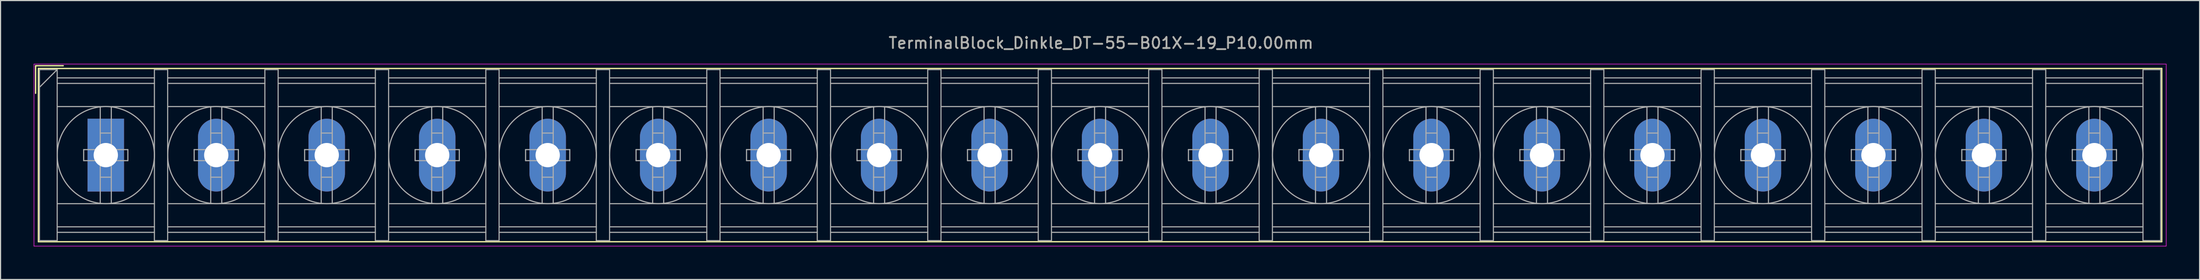
<source format=kicad_pcb>
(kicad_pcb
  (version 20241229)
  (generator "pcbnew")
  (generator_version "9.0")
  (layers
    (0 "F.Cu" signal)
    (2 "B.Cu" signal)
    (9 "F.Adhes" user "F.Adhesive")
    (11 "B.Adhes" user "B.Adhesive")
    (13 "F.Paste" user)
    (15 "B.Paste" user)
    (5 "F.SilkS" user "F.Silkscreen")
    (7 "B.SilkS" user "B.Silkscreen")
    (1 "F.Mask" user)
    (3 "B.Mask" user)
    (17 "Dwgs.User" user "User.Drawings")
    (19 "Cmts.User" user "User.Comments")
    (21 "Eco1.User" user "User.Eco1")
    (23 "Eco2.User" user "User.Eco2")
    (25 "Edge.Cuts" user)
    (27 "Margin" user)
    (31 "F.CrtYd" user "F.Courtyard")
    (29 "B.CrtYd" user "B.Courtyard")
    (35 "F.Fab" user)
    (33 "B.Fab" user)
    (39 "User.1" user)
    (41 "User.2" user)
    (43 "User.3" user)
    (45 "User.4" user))
  (footprint "TerminalBlock_Dinkle_DT-55-B01X-19_P10.00mm"
    (layer "F.Cu")
    (at 6.525 11.008)
    (property "Reference" "TerminalBlock_Dinkle_DT-55-B01X-19_P10.00mm" (at 90.08 -10.16 0) (layer "F.SilkS") (effects (font (size 1 1) (thickness 0.15))))
    (attr through_hole)
    (fp_line (start -6.35 -8.1) (end -3.85 -8.1) (stroke (width 0.12) (type solid)) (layer "F.SilkS"))
    (fp_line (start -6.35 -5.6) (end -6.35 -8.1) (stroke (width 0.12) (type solid)) (layer "F.SilkS"))
    (fp_line (start -6.1 -7.85) (end 186.1 -7.85) (stroke (width 0.12) (type solid)) (layer "F.SilkS"))
    (fp_line (start -6.1 7.85) (end -6.1 -7.85) (stroke (width 0.12) (type solid)) (layer "F.SilkS"))
    (fp_line (start -6.1 7.85) (end 186.1 7.85) (stroke (width 0.12) (type solid)) (layer "F.SilkS"))
    (fp_line (start 186.1 -7.85) (end 186.1 7.85) (stroke (width 0.12) (type solid)) (layer "F.SilkS"))
    (fp_line (start -6.5 -8.25) (end 186.5 -8.25) (stroke (width 0.05) (type solid)) (layer "F.CrtYd"))
    (fp_line (start -6.5 8.25) (end -6.5 -8.25) (stroke (width 0.05) (type solid)) (layer "F.CrtYd"))
    (fp_line (start -6.5 8.25) (end 186.5 8.25) (stroke (width 0.05) (type solid)) (layer "F.CrtYd"))
    (fp_line (start 186.5 -8.25) (end 186.5 8.25) (stroke (width 0.05) (type solid)) (layer "F.CrtYd"))
    (fp_line (start -6 -7.75) (end -6 7.75) (stroke (width 0.1) (type solid)) (layer "F.Fab"))
    (fp_line (start -6 -7.75) (end -4.4 -7.75) (stroke (width 0.1) (type solid)) (layer "F.Fab"))
    (fp_line (start -6 7.75) (end -4.4 7.75) (stroke (width 0.1) (type solid)) (layer "F.Fab"))
    (fp_line (start -4.4 -7.75) (end -6 -6.15) (stroke (width 0.1) (type solid)) (layer "F.Fab"))
    (fp_line (start -4.4 -7.75) (end -4.4 7.75) (stroke (width 0.1) (type solid)) (layer "F.Fab"))
    (fp_line (start -4.4 -7) (end 4.4 -7) (stroke (width 0.1) (type solid)) (layer "F.Fab"))
    (fp_line (start -4.4 -6.5) (end 4.4 -6.5) (stroke (width 0.1) (type solid)) (layer "F.Fab"))
    (fp_line (start -4.4 -4.4) (end 4.4 -4.4) (stroke (width 0.1) (type solid)) (layer "F.Fab"))
    (fp_line (start -4.4 4.4) (end 4.4 4.4) (stroke (width 0.1) (type solid)) (layer "F.Fab"))
    (fp_line (start -4.4 6.5) (end 4.4 6.5) (stroke (width 0.1) (type solid)) (layer "F.Fab"))
    (fp_line (start -4.4 7) (end 4.4 7) (stroke (width 0.1) (type solid)) (layer "F.Fab"))
    (fp_line (start -2 -0.5) (end -2 0.5) (stroke (width 0.1) (type solid)) (layer "F.Fab"))
    (fp_line (start -2 0.5) (end -0.5 0.5) (stroke (width 0.1) (type solid)) (layer "F.Fab"))
    (fp_line (start -0.5 -4.35) (end -0.5 -0.5) (stroke (width 0.1) (type solid)) (layer "F.Fab"))
    (fp_line (start -0.5 -2) (end 0.5 -2) (stroke (width 0.1) (type solid)) (layer "F.Fab"))
    (fp_line (start -0.5 -0.5) (end -2 -0.5) (stroke (width 0.1) (type solid)) (layer "F.Fab"))
    (fp_line (start -0.5 0.5) (end -0.5 4.35) (stroke (width 0.1) (type solid)) (layer "F.Fab"))
    (fp_line (start -0.5 2) (end 0.5 2) (stroke (width 0.1) (type solid)) (layer "F.Fab"))
    (fp_line (start 0.5 -4.35) (end 0.5 -0.5) (stroke (width 0.1) (type solid)) (layer "F.Fab"))
    (fp_line (start 0.5 -0.5) (end 2 -0.5) (stroke (width 0.1) (type solid)) (layer "F.Fab"))
    (fp_line (start 0.5 0.5) (end 0.5 4.35) (stroke (width 0.1) (type solid)) (layer "F.Fab"))
    (fp_line (start 2 -0.5) (end 2 0.5) (stroke (width 0.1) (type solid)) (layer "F.Fab"))
    (fp_line (start 2 0.5) (end 0.5 0.5) (stroke (width 0.1) (type solid)) (layer "F.Fab"))
    (fp_line (start 4.4 -7.75) (end 4.4 7.75) (stroke (width 0.1) (type solid)) (layer "F.Fab"))
    (fp_line (start 4.4 -7.75) (end 5.6 -7.75) (stroke (width 0.1) (type solid)) (layer "F.Fab"))
    (fp_line (start 4.4 7.75) (end 5.6 7.75) (stroke (width 0.1) (type solid)) (layer "F.Fab"))
    (fp_line (start 5.6 -7.75) (end 5.6 7.75) (stroke (width 0.1) (type solid)) (layer "F.Fab"))
    (fp_line (start 5.6 -7) (end 14.4 -7) (stroke (width 0.1) (type solid)) (layer "F.Fab"))
    (fp_line (start 5.6 -6.5) (end 14.4 -6.5) (stroke (width 0.1) (type solid)) (layer "F.Fab"))
    (fp_line (start 5.6 -4.4) (end 14.4 -4.4) (stroke (width 0.1) (type solid)) (layer "F.Fab"))
    (fp_line (start 5.6 4.4) (end 14.4 4.4) (stroke (width 0.1) (type solid)) (layer "F.Fab"))
    (fp_line (start 5.6 6.5) (end 14.4 6.5) (stroke (width 0.1) (type solid)) (layer "F.Fab"))
    (fp_line (start 5.6 7) (end 14.4 7) (stroke (width 0.1) (type solid)) (layer "F.Fab"))
    (fp_line (start 8 -0.5) (end 8 0.5) (stroke (width 0.1) (type solid)) (layer "F.Fab"))
    (fp_line (start 8 0.5) (end 9.5 0.5) (stroke (width 0.1) (type solid)) (layer "F.Fab"))
    (fp_line (start 9.5 -4.35) (end 9.5 -0.5) (stroke (width 0.1) (type solid)) (layer "F.Fab"))
    (fp_line (start 9.5 -2) (end 10.5 -2) (stroke (width 0.1) (type solid)) (layer "F.Fab"))
    (fp_line (start 9.5 -0.5) (end 8 -0.5) (stroke (width 0.1) (type solid)) (layer "F.Fab"))
    (fp_line (start 9.5 0.5) (end 9.5 4.35) (stroke (width 0.1) (type solid)) (layer "F.Fab"))
    (fp_line (start 9.5 2) (end 10.5 2) (stroke (width 0.1) (type solid)) (layer "F.Fab"))
    (fp_line (start 10.5 -4.35) (end 10.5 -0.5) (stroke (width 0.1) (type solid)) (layer "F.Fab"))
    (fp_line (start 10.5 -0.5) (end 12 -0.5) (stroke (width 0.1) (type solid)) (layer "F.Fab"))
    (fp_line (start 10.5 0.5) (end 10.5 4.35) (stroke (width 0.1) (type solid)) (layer "F.Fab"))
    (fp_line (start 12 -0.5) (end 12 0.5) (stroke (width 0.1) (type solid)) (layer "F.Fab"))
    (fp_line (start 12 0.5) (end 10.5 0.5) (stroke (width 0.1) (type solid)) (layer "F.Fab"))
    (fp_line (start 14.4 -7.75) (end 14.4 7.75) (stroke (width 0.1) (type solid)) (layer "F.Fab"))
    (fp_line (start 14.4 -7.75) (end 15.6 -7.75) (stroke (width 0.1) (type solid)) (layer "F.Fab"))
    (fp_line (start 14.4 7.75) (end 15.6 7.75) (stroke (width 0.1) (type solid)) (layer "F.Fab"))
    (fp_line (start 15.6 -7.75) (end 15.6 7.75) (stroke (width 0.1) (type solid)) (layer "F.Fab"))
    (fp_line (start 15.6 -7) (end 24.4 -7) (stroke (width 0.1) (type solid)) (layer "F.Fab"))
    (fp_line (start 15.6 -6.5) (end 24.4 -6.5) (stroke (width 0.1) (type solid)) (layer "F.Fab"))
    (fp_line (start 15.6 -4.4) (end 24.4 -4.4) (stroke (width 0.1) (type solid)) (layer "F.Fab"))
    (fp_line (start 15.6 4.4) (end 24.4 4.4) (stroke (width 0.1) (type solid)) (layer "F.Fab"))
    (fp_line (start 15.6 6.5) (end 24.4 6.5) (stroke (width 0.1) (type solid)) (layer "F.Fab"))
    (fp_line (start 15.6 7) (end 24.4 7) (stroke (width 0.1) (type solid)) (layer "F.Fab"))
    (fp_line (start 18 -0.5) (end 18 0.5) (stroke (width 0.1) (type solid)) (layer "F.Fab"))
    (fp_line (start 18 0.5) (end 19.5 0.5) (stroke (width 0.1) (type solid)) (layer "F.Fab"))
    (fp_line (start 19.5 -4.35) (end 19.5 -0.5) (stroke (width 0.1) (type solid)) (layer "F.Fab"))
    (fp_line (start 19.5 -2) (end 20.5 -2) (stroke (width 0.1) (type solid)) (layer "F.Fab"))
    (fp_line (start 19.5 -0.5) (end 18 -0.5) (stroke (width 0.1) (type solid)) (layer "F.Fab"))
    (fp_line (start 19.5 0.5) (end 19.5 4.35) (stroke (width 0.1) (type solid)) (layer "F.Fab"))
    (fp_line (start 19.5 2) (end 20.5 2) (stroke (width 0.1) (type solid)) (layer "F.Fab"))
    (fp_line (start 20.5 -4.35) (end 20.5 -0.5) (stroke (width 0.1) (type solid)) (layer "F.Fab"))
    (fp_line (start 20.5 -0.5) (end 22 -0.5) (stroke (width 0.1) (type solid)) (layer "F.Fab"))
    (fp_line (start 20.5 0.5) (end 20.5 4.35) (stroke (width 0.1) (type solid)) (layer "F.Fab"))
    (fp_line (start 22 -0.5) (end 22 0.5) (stroke (width 0.1) (type solid)) (layer "F.Fab"))
    (fp_line (start 22 0.5) (end 20.5 0.5) (stroke (width 0.1) (type solid)) (layer "F.Fab"))
    (fp_line (start 24.4 -7.75) (end 24.4 7.75) (stroke (width 0.1) (type solid)) (layer "F.Fab"))
    (fp_line (start 24.4 -7.75) (end 25.6 -7.75) (stroke (width 0.1) (type solid)) (layer "F.Fab"))
    (fp_line (start 24.4 7.75) (end 25.6 7.75) (stroke (width 0.1) (type solid)) (layer "F.Fab"))
    (fp_line (start 25.6 -7.75) (end 25.6 7.75) (stroke (width 0.1) (type solid)) (layer "F.Fab"))
    (fp_line (start 25.6 -7) (end 34.4 -7) (stroke (width 0.1) (type solid)) (layer "F.Fab"))
    (fp_line (start 25.6 -6.5) (end 34.4 -6.5) (stroke (width 0.1) (type solid)) (layer "F.Fab"))
    (fp_line (start 25.6 -4.4) (end 34.4 -4.4) (stroke (width 0.1) (type solid)) (layer "F.Fab"))
    (fp_line (start 25.6 4.4) (end 34.4 4.4) (stroke (width 0.1) (type solid)) (layer "F.Fab"))
    (fp_line (start 25.6 6.5) (end 34.4 6.5) (stroke (width 0.1) (type solid)) (layer "F.Fab"))
    (fp_line (start 25.6 7) (end 34.4 7) (stroke (width 0.1) (type solid)) (layer "F.Fab"))
    (fp_line (start 28 -0.5) (end 28 0.5) (stroke (width 0.1) (type solid)) (layer "F.Fab"))
    (fp_line (start 28 0.5) (end 29.5 0.5) (stroke (width 0.1) (type solid)) (layer "F.Fab"))
    (fp_line (start 29.5 -4.35) (end 29.5 -0.5) (stroke (width 0.1) (type solid)) (layer "F.Fab"))
    (fp_line (start 29.5 -2) (end 30.5 -2) (stroke (width 0.1) (type solid)) (layer "F.Fab"))
    (fp_line (start 29.5 -0.5) (end 28 -0.5) (stroke (width 0.1) (type solid)) (layer "F.Fab"))
    (fp_line (start 29.5 0.5) (end 29.5 4.35) (stroke (width 0.1) (type solid)) (layer "F.Fab"))
    (fp_line (start 29.5 2) (end 30.5 2) (stroke (width 0.1) (type solid)) (layer "F.Fab"))
    (fp_line (start 30.5 -4.35) (end 30.5 -0.5) (stroke (width 0.1) (type solid)) (layer "F.Fab"))
    (fp_line (start 30.5 -0.5) (end 32 -0.5) (stroke (width 0.1) (type solid)) (layer "F.Fab"))
    (fp_line (start 30.5 0.5) (end 30.5 4.35) (stroke (width 0.1) (type solid)) (layer "F.Fab"))
    (fp_line (start 32 -0.5) (end 32 0.5) (stroke (width 0.1) (type solid)) (layer "F.Fab"))
    (fp_line (start 32 0.5) (end 30.5 0.5) (stroke (width 0.1) (type solid)) (layer "F.Fab"))
    (fp_line (start 34.4 -7.75) (end 34.4 7.75) (stroke (width 0.1) (type solid)) (layer "F.Fab"))
    (fp_line (start 34.4 -7.75) (end 35.6 -7.75) (stroke (width 0.1) (type solid)) (layer "F.Fab"))
    (fp_line (start 34.4 7.75) (end 35.6 7.75) (stroke (width 0.1) (type solid)) (layer "F.Fab"))
    (fp_line (start 35.6 -7.75) (end 35.6 7.75) (stroke (width 0.1) (type solid)) (layer "F.Fab"))
    (fp_line (start 35.6 -7) (end 44.4 -7) (stroke (width 0.1) (type solid)) (layer "F.Fab"))
    (fp_line (start 35.6 -6.5) (end 44.4 -6.5) (stroke (width 0.1) (type solid)) (layer "F.Fab"))
    (fp_line (start 35.6 -4.4) (end 44.4 -4.4) (stroke (width 0.1) (type solid)) (layer "F.Fab"))
    (fp_line (start 35.6 4.4) (end 44.4 4.4) (stroke (width 0.1) (type solid)) (layer "F.Fab"))
    (fp_line (start 35.6 6.5) (end 44.4 6.5) (stroke (width 0.1) (type solid)) (layer "F.Fab"))
    (fp_line (start 35.6 7) (end 44.4 7) (stroke (width 0.1) (type solid)) (layer "F.Fab"))
    (fp_line (start 38 -0.5) (end 38 0.5) (stroke (width 0.1) (type solid)) (layer "F.Fab"))
    (fp_line (start 38 0.5) (end 39.5 0.5) (stroke (width 0.1) (type solid)) (layer "F.Fab"))
    (fp_line (start 39.5 -4.35) (end 39.5 -0.5) (stroke (width 0.1) (type solid)) (layer "F.Fab"))
    (fp_line (start 39.5 -2) (end 40.5 -2) (stroke (width 0.1) (type solid)) (layer "F.Fab"))
    (fp_line (start 39.5 -0.5) (end 38 -0.5) (stroke (width 0.1) (type solid)) (layer "F.Fab"))
    (fp_line (start 39.5 0.5) (end 39.5 4.35) (stroke (width 0.1) (type solid)) (layer "F.Fab"))
    (fp_line (start 39.5 2) (end 40.5 2) (stroke (width 0.1) (type solid)) (layer "F.Fab"))
    (fp_line (start 40.5 -4.35) (end 40.5 -0.5) (stroke (width 0.1) (type solid)) (layer "F.Fab"))
    (fp_line (start 40.5 -0.5) (end 42 -0.5) (stroke (width 0.1) (type solid)) (layer "F.Fab"))
    (fp_line (start 40.5 0.5) (end 40.5 4.35) (stroke (width 0.1) (type solid)) (layer "F.Fab"))
    (fp_line (start 42 -0.5) (end 42 0.5) (stroke (width 0.1) (type solid)) (layer "F.Fab"))
    (fp_line (start 42 0.5) (end 40.5 0.5) (stroke (width 0.1) (type solid)) (layer "F.Fab"))
    (fp_line (start 44.4 -7.75) (end 44.4 7.75) (stroke (width 0.1) (type solid)) (layer "F.Fab"))
    (fp_line (start 44.4 -7.75) (end 45.6 -7.75) (stroke (width 0.1) (type solid)) (layer "F.Fab"))
    (fp_line (start 44.4 7.75) (end 45.6 7.75) (stroke (width 0.1) (type solid)) (layer "F.Fab"))
    (fp_line (start 45.6 -7.75) (end 45.6 7.75) (stroke (width 0.1) (type solid)) (layer "F.Fab"))
    (fp_line (start 45.6 -7) (end 54.4 -7) (stroke (width 0.1) (type solid)) (layer "F.Fab"))
    (fp_line (start 45.6 -6.5) (end 54.4 -6.5) (stroke (width 0.1) (type solid)) (layer "F.Fab"))
    (fp_line (start 45.6 -4.4) (end 54.4 -4.4) (stroke (width 0.1) (type solid)) (layer "F.Fab"))
    (fp_line (start 45.6 4.4) (end 54.4 4.4) (stroke (width 0.1) (type solid)) (layer "F.Fab"))
    (fp_line (start 45.6 6.5) (end 54.4 6.5) (stroke (width 0.1) (type solid)) (layer "F.Fab"))
    (fp_line (start 45.6 7) (end 54.4 7) (stroke (width 0.1) (type solid)) (layer "F.Fab"))
    (fp_line (start 48 -0.5) (end 48 0.5) (stroke (width 0.1) (type solid)) (layer "F.Fab"))
    (fp_line (start 48 0.5) (end 49.5 0.5) (stroke (width 0.1) (type solid)) (layer "F.Fab"))
    (fp_line (start 49.5 -4.35) (end 49.5 -0.5) (stroke (width 0.1) (type solid)) (layer "F.Fab"))
    (fp_line (start 49.5 -2) (end 50.5 -2) (stroke (width 0.1) (type solid)) (layer "F.Fab"))
    (fp_line (start 49.5 -0.5) (end 48 -0.5) (stroke (width 0.1) (type solid)) (layer "F.Fab"))
    (fp_line (start 49.5 0.5) (end 49.5 4.35) (stroke (width 0.1) (type solid)) (layer "F.Fab"))
    (fp_line (start 49.5 2) (end 50.5 2) (stroke (width 0.1) (type solid)) (layer "F.Fab"))
    (fp_line (start 50.5 -4.35) (end 50.5 -0.5) (stroke (width 0.1) (type solid)) (layer "F.Fab"))
    (fp_line (start 50.5 -0.5) (end 52 -0.5) (stroke (width 0.1) (type solid)) (layer "F.Fab"))
    (fp_line (start 50.5 0.5) (end 50.5 4.35) (stroke (width 0.1) (type solid)) (layer "F.Fab"))
    (fp_line (start 52 -0.5) (end 52 0.5) (stroke (width 0.1) (type solid)) (layer "F.Fab"))
    (fp_line (start 52 0.5) (end 50.5 0.5) (stroke (width 0.1) (type solid)) (layer "F.Fab"))
    (fp_line (start 54.4 -7.75) (end 54.4 7.75) (stroke (width 0.1) (type solid)) (layer "F.Fab"))
    (fp_line (start 54.4 -7.75) (end 55.6 -7.75) (stroke (width 0.1) (type solid)) (layer "F.Fab"))
    (fp_line (start 54.4 7.75) (end 55.6 7.75) (stroke (width 0.1) (type solid)) (layer "F.Fab"))
    (fp_line (start 55.6 -7.75) (end 55.6 7.75) (stroke (width 0.1) (type solid)) (layer "F.Fab"))
    (fp_line (start 55.6 -7) (end 64.4 -7) (stroke (width 0.1) (type solid)) (layer "F.Fab"))
    (fp_line (start 55.6 -6.5) (end 64.4 -6.5) (stroke (width 0.1) (type solid)) (layer "F.Fab"))
    (fp_line (start 55.6 -4.4) (end 64.4 -4.4) (stroke (width 0.1) (type solid)) (layer "F.Fab"))
    (fp_line (start 55.6 4.4) (end 64.4 4.4) (stroke (width 0.1) (type solid)) (layer "F.Fab"))
    (fp_line (start 55.6 6.5) (end 64.4 6.5) (stroke (width 0.1) (type solid)) (layer "F.Fab"))
    (fp_line (start 55.6 7) (end 64.4 7) (stroke (width 0.1) (type solid)) (layer "F.Fab"))
    (fp_line (start 58 -0.5) (end 58 0.5) (stroke (width 0.1) (type solid)) (layer "F.Fab"))
    (fp_line (start 58 0.5) (end 59.5 0.5) (stroke (width 0.1) (type solid)) (layer "F.Fab"))
    (fp_line (start 59.5 -4.35) (end 59.5 -0.5) (stroke (width 0.1) (type solid)) (layer "F.Fab"))
    (fp_line (start 59.5 -2) (end 60.5 -2) (stroke (width 0.1) (type solid)) (layer "F.Fab"))
    (fp_line (start 59.5 -0.5) (end 58 -0.5) (stroke (width 0.1) (type solid)) (layer "F.Fab"))
    (fp_line (start 59.5 0.5) (end 59.5 4.35) (stroke (width 0.1) (type solid)) (layer "F.Fab"))
    (fp_line (start 59.5 2) (end 60.5 2) (stroke (width 0.1) (type solid)) (layer "F.Fab"))
    (fp_line (start 60.5 -4.35) (end 60.5 -0.5) (stroke (width 0.1) (type solid)) (layer "F.Fab"))
    (fp_line (start 60.5 -0.5) (end 62 -0.5) (stroke (width 0.1) (type solid)) (layer "F.Fab"))
    (fp_line (start 60.5 0.5) (end 60.5 4.35) (stroke (width 0.1) (type solid)) (layer "F.Fab"))
    (fp_line (start 62 -0.5) (end 62 0.5) (stroke (width 0.1) (type solid)) (layer "F.Fab"))
    (fp_line (start 62 0.5) (end 60.5 0.5) (stroke (width 0.1) (type solid)) (layer "F.Fab"))
    (fp_line (start 64.4 -7.75) (end 64.4 7.75) (stroke (width 0.1) (type solid)) (layer "F.Fab"))
    (fp_line (start 64.4 -7.75) (end 65.6 -7.75) (stroke (width 0.1) (type solid)) (layer "F.Fab"))
    (fp_line (start 64.4 7.75) (end 65.6 7.75) (stroke (width 0.1) (type solid)) (layer "F.Fab"))
    (fp_line (start 65.6 -7.75) (end 65.6 7.75) (stroke (width 0.1) (type solid)) (layer "F.Fab"))
    (fp_line (start 65.6 -7) (end 74.4 -7) (stroke (width 0.1) (type solid)) (layer "F.Fab"))
    (fp_line (start 65.6 -6.5) (end 74.4 -6.5) (stroke (width 0.1) (type solid)) (layer "F.Fab"))
    (fp_line (start 65.6 -4.4) (end 74.4 -4.4) (stroke (width 0.1) (type solid)) (layer "F.Fab"))
    (fp_line (start 65.6 4.4) (end 74.4 4.4) (stroke (width 0.1) (type solid)) (layer "F.Fab"))
    (fp_line (start 65.6 6.5) (end 74.4 6.5) (stroke (width 0.1) (type solid)) (layer "F.Fab"))
    (fp_line (start 65.6 7) (end 74.4 7) (stroke (width 0.1) (type solid)) (layer "F.Fab"))
    (fp_line (start 68 -0.5) (end 68 0.5) (stroke (width 0.1) (type solid)) (layer "F.Fab"))
    (fp_line (start 68 0.5) (end 69.5 0.5) (stroke (width 0.1) (type solid)) (layer "F.Fab"))
    (fp_line (start 69.5 -4.35) (end 69.5 -0.5) (stroke (width 0.1) (type solid)) (layer "F.Fab"))
    (fp_line (start 69.5 -2) (end 70.5 -2) (stroke (width 0.1) (type solid)) (layer "F.Fab"))
    (fp_line (start 69.5 -0.5) (end 68 -0.5) (stroke (width 0.1) (type solid)) (layer "F.Fab"))
    (fp_line (start 69.5 0.5) (end 69.5 4.35) (stroke (width 0.1) (type solid)) (layer "F.Fab"))
    (fp_line (start 69.5 2) (end 70.5 2) (stroke (width 0.1) (type solid)) (layer "F.Fab"))
    (fp_line (start 70.5 -4.35) (end 70.5 -0.5) (stroke (width 0.1) (type solid)) (layer "F.Fab"))
    (fp_line (start 70.5 -0.5) (end 72 -0.5) (stroke (width 0.1) (type solid)) (layer "F.Fab"))
    (fp_line (start 70.5 0.5) (end 70.5 4.35) (stroke (width 0.1) (type solid)) (layer "F.Fab"))
    (fp_line (start 72 -0.5) (end 72 0.5) (stroke (width 0.1) (type solid)) (layer "F.Fab"))
    (fp_line (start 72 0.5) (end 70.5 0.5) (stroke (width 0.1) (type solid)) (layer "F.Fab"))
    (fp_line (start 74.4 -7.75) (end 74.4 7.75) (stroke (width 0.1) (type solid)) (layer "F.Fab"))
    (fp_line (start 74.4 -7.75) (end 75.6 -7.75) (stroke (width 0.1) (type solid)) (layer "F.Fab"))
    (fp_line (start 74.4 7.75) (end 75.6 7.75) (stroke (width 0.1) (type solid)) (layer "F.Fab"))
    (fp_line (start 75.6 -7.75) (end 75.6 7.75) (stroke (width 0.1) (type solid)) (layer "F.Fab"))
    (fp_line (start 75.6 -7) (end 84.4 -7) (stroke (width 0.1) (type solid)) (layer "F.Fab"))
    (fp_line (start 75.6 -6.5) (end 84.4 -6.5) (stroke (width 0.1) (type solid)) (layer "F.Fab"))
    (fp_line (start 75.6 -4.4) (end 84.4 -4.4) (stroke (width 0.1) (type solid)) (layer "F.Fab"))
    (fp_line (start 75.6 4.4) (end 84.4 4.4) (stroke (width 0.1) (type solid)) (layer "F.Fab"))
    (fp_line (start 75.6 6.5) (end 84.4 6.5) (stroke (width 0.1) (type solid)) (layer "F.Fab"))
    (fp_line (start 75.6 7) (end 84.4 7) (stroke (width 0.1) (type solid)) (layer "F.Fab"))
    (fp_line (start 78 -0.5) (end 78 0.5) (stroke (width 0.1) (type solid)) (layer "F.Fab"))
    (fp_line (start 78 0.5) (end 79.5 0.5) (stroke (width 0.1) (type solid)) (layer "F.Fab"))
    (fp_line (start 79.5 -4.35) (end 79.5 -0.5) (stroke (width 0.1) (type solid)) (layer "F.Fab"))
    (fp_line (start 79.5 -2) (end 80.5 -2) (stroke (width 0.1) (type solid)) (layer "F.Fab"))
    (fp_line (start 79.5 -0.5) (end 78 -0.5) (stroke (width 0.1) (type solid)) (layer "F.Fab"))
    (fp_line (start 79.5 0.5) (end 79.5 4.35) (stroke (width 0.1) (type solid)) (layer "F.Fab"))
    (fp_line (start 79.5 2) (end 80.5 2) (stroke (width 0.1) (type solid)) (layer "F.Fab"))
    (fp_line (start 80.5 -4.35) (end 80.5 -0.5) (stroke (width 0.1) (type solid)) (layer "F.Fab"))
    (fp_line (start 80.5 -0.5) (end 82 -0.5) (stroke (width 0.1) (type solid)) (layer "F.Fab"))
    (fp_line (start 80.5 0.5) (end 80.5 4.35) (stroke (width 0.1) (type solid)) (layer "F.Fab"))
    (fp_line (start 82 -0.5) (end 82 0.5) (stroke (width 0.1) (type solid)) (layer "F.Fab"))
    (fp_line (start 82 0.5) (end 80.5 0.5) (stroke (width 0.1) (type solid)) (layer "F.Fab"))
    (fp_line (start 84.4 -7.75) (end 84.4 7.75) (stroke (width 0.1) (type solid)) (layer "F.Fab"))
    (fp_line (start 84.4 -7.75) (end 85.6 -7.75) (stroke (width 0.1) (type solid)) (layer "F.Fab"))
    (fp_line (start 84.4 7.75) (end 85.6 7.75) (stroke (width 0.1) (type solid)) (layer "F.Fab"))
    (fp_line (start 85.6 -7.75) (end 85.6 7.75) (stroke (width 0.1) (type solid)) (layer "F.Fab"))
    (fp_line (start 85.6 -7) (end 94.4 -7) (stroke (width 0.1) (type solid)) (layer "F.Fab"))
    (fp_line (start 85.6 -6.5) (end 94.4 -6.5) (stroke (width 0.1) (type solid)) (layer "F.Fab"))
    (fp_line (start 85.6 -4.4) (end 94.4 -4.4) (stroke (width 0.1) (type solid)) (layer "F.Fab"))
    (fp_line (start 85.6 4.4) (end 94.4 4.4) (stroke (width 0.1) (type solid)) (layer "F.Fab"))
    (fp_line (start 85.6 6.5) (end 94.4 6.5) (stroke (width 0.1) (type solid)) (layer "F.Fab"))
    (fp_line (start 85.6 7) (end 94.4 7) (stroke (width 0.1) (type solid)) (layer "F.Fab"))
    (fp_line (start 88 -0.5) (end 88 0.5) (stroke (width 0.1) (type solid)) (layer "F.Fab"))
    (fp_line (start 88 0.5) (end 89.5 0.5) (stroke (width 0.1) (type solid)) (layer "F.Fab"))
    (fp_line (start 89.5 -4.35) (end 89.5 -0.5) (stroke (width 0.1) (type solid)) (layer "F.Fab"))
    (fp_line (start 89.5 -2) (end 90.5 -2) (stroke (width 0.1) (type solid)) (layer "F.Fab"))
    (fp_line (start 89.5 -0.5) (end 88 -0.5) (stroke (width 0.1) (type solid)) (layer "F.Fab"))
    (fp_line (start 89.5 0.5) (end 89.5 4.35) (stroke (width 0.1) (type solid)) (layer "F.Fab"))
    (fp_line (start 89.5 2) (end 90.5 2) (stroke (width 0.1) (type solid)) (layer "F.Fab"))
    (fp_line (start 90.5 -4.35) (end 90.5 -0.5) (stroke (width 0.1) (type solid)) (layer "F.Fab"))
    (fp_line (start 90.5 -0.5) (end 92 -0.5) (stroke (width 0.1) (type solid)) (layer "F.Fab"))
    (fp_line (start 90.5 0.5) (end 90.5 4.35) (stroke (width 0.1) (type solid)) (layer "F.Fab"))
    (fp_line (start 92 -0.5) (end 92 0.5) (stroke (width 0.1) (type solid)) (layer "F.Fab"))
    (fp_line (start 92 0.5) (end 90.5 0.5) (stroke (width 0.1) (type solid)) (layer "F.Fab"))
    (fp_line (start 94.4 -7.75) (end 94.4 7.75) (stroke (width 0.1) (type solid)) (layer "F.Fab"))
    (fp_line (start 94.4 -7.75) (end 95.6 -7.75) (stroke (width 0.1) (type solid)) (layer "F.Fab"))
    (fp_line (start 94.4 7.75) (end 95.6 7.75) (stroke (width 0.1) (type solid)) (layer "F.Fab"))
    (fp_line (start 95.6 -7.75) (end 95.6 7.75) (stroke (width 0.1) (type solid)) (layer "F.Fab"))
    (fp_line (start 95.6 -7) (end 104.4 -7) (stroke (width 0.1) (type solid)) (layer "F.Fab"))
    (fp_line (start 95.6 -6.5) (end 104.4 -6.5) (stroke (width 0.1) (type solid)) (layer "F.Fab"))
    (fp_line (start 95.6 -4.4) (end 104.4 -4.4) (stroke (width 0.1) (type solid)) (layer "F.Fab"))
    (fp_line (start 95.6 4.4) (end 104.4 4.4) (stroke (width 0.1) (type solid)) (layer "F.Fab"))
    (fp_line (start 95.6 6.5) (end 104.4 6.5) (stroke (width 0.1) (type solid)) (layer "F.Fab"))
    (fp_line (start 95.6 7) (end 104.4 7) (stroke (width 0.1) (type solid)) (layer "F.Fab"))
    (fp_line (start 98 -0.5) (end 98 0.5) (stroke (width 0.1) (type solid)) (layer "F.Fab"))
    (fp_line (start 98 0.5) (end 99.5 0.5) (stroke (width 0.1) (type solid)) (layer "F.Fab"))
    (fp_line (start 99.5 -4.35) (end 99.5 -0.5) (stroke (width 0.1) (type solid)) (layer "F.Fab"))
    (fp_line (start 99.5 -2) (end 100.5 -2) (stroke (width 0.1) (type solid)) (layer "F.Fab"))
    (fp_line (start 99.5 -0.5) (end 98 -0.5) (stroke (width 0.1) (type solid)) (layer "F.Fab"))
    (fp_line (start 99.5 0.5) (end 99.5 4.35) (stroke (width 0.1) (type solid)) (layer "F.Fab"))
    (fp_line (start 99.5 2) (end 100.5 2) (stroke (width 0.1) (type solid)) (layer "F.Fab"))
    (fp_line (start 100.5 -4.35) (end 100.5 -0.5) (stroke (width 0.1) (type solid)) (layer "F.Fab"))
    (fp_line (start 100.5 -0.5) (end 102 -0.5) (stroke (width 0.1) (type solid)) (layer "F.Fab"))
    (fp_line (start 100.5 0.5) (end 100.5 4.35) (stroke (width 0.1) (type solid)) (layer "F.Fab"))
    (fp_line (start 102 -0.5) (end 102 0.5) (stroke (width 0.1) (type solid)) (layer "F.Fab"))
    (fp_line (start 102 0.5) (end 100.5 0.5) (stroke (width 0.1) (type solid)) (layer "F.Fab"))
    (fp_line (start 104.4 -7.75) (end 104.4 7.75) (stroke (width 0.1) (type solid)) (layer "F.Fab"))
    (fp_line (start 104.4 -7.75) (end 105.6 -7.75) (stroke (width 0.1) (type solid)) (layer "F.Fab"))
    (fp_line (start 104.4 7.75) (end 105.6 7.75) (stroke (width 0.1) (type solid)) (layer "F.Fab"))
    (fp_line (start 105.6 -7.75) (end 105.6 7.75) (stroke (width 0.1) (type solid)) (layer "F.Fab"))
    (fp_line (start 105.6 -7) (end 114.4 -7) (stroke (width 0.1) (type solid)) (layer "F.Fab"))
    (fp_line (start 105.6 -6.5) (end 114.4 -6.5) (stroke (width 0.1) (type solid)) (layer "F.Fab"))
    (fp_line (start 105.6 -4.4) (end 114.4 -4.4) (stroke (width 0.1) (type solid)) (layer "F.Fab"))
    (fp_line (start 105.6 4.4) (end 114.4 4.4) (stroke (width 0.1) (type solid)) (layer "F.Fab"))
    (fp_line (start 105.6 6.5) (end 114.4 6.5) (stroke (width 0.1) (type solid)) (layer "F.Fab"))
    (fp_line (start 105.6 7) (end 114.4 7) (stroke (width 0.1) (type solid)) (layer "F.Fab"))
    (fp_line (start 108 -0.5) (end 108 0.5) (stroke (width 0.1) (type solid)) (layer "F.Fab"))
    (fp_line (start 108 0.5) (end 109.5 0.5) (stroke (width 0.1) (type solid)) (layer "F.Fab"))
    (fp_line (start 109.5 -4.35) (end 109.5 -0.5) (stroke (width 0.1) (type solid)) (layer "F.Fab"))
    (fp_line (start 109.5 -2) (end 110.5 -2) (stroke (width 0.1) (type solid)) (layer "F.Fab"))
    (fp_line (start 109.5 -0.5) (end 108 -0.5) (stroke (width 0.1) (type solid)) (layer "F.Fab"))
    (fp_line (start 109.5 0.5) (end 109.5 4.35) (stroke (width 0.1) (type solid)) (layer "F.Fab"))
    (fp_line (start 109.5 2) (end 110.5 2) (stroke (width 0.1) (type solid)) (layer "F.Fab"))
    (fp_line (start 110.5 -4.35) (end 110.5 -0.5) (stroke (width 0.1) (type solid)) (layer "F.Fab"))
    (fp_line (start 110.5 -0.5) (end 112 -0.5) (stroke (width 0.1) (type solid)) (layer "F.Fab"))
    (fp_line (start 110.5 0.5) (end 110.5 4.35) (stroke (width 0.1) (type solid)) (layer "F.Fab"))
    (fp_line (start 112 -0.5) (end 112 0.5) (stroke (width 0.1) (type solid)) (layer "F.Fab"))
    (fp_line (start 112 0.5) (end 110.5 0.5) (stroke (width 0.1) (type solid)) (layer "F.Fab"))
    (fp_line (start 114.4 -7.75) (end 114.4 7.75) (stroke (width 0.1) (type solid)) (layer "F.Fab"))
    (fp_line (start 114.4 -7.75) (end 115.6 -7.75) (stroke (width 0.1) (type solid)) (layer "F.Fab"))
    (fp_line (start 114.4 7.75) (end 115.6 7.75) (stroke (width 0.1) (type solid)) (layer "F.Fab"))
    (fp_line (start 115.6 -7.75) (end 115.6 7.75) (stroke (width 0.1) (type solid)) (layer "F.Fab"))
    (fp_line (start 115.6 -7) (end 124.4 -7) (stroke (width 0.1) (type solid)) (layer "F.Fab"))
    (fp_line (start 115.6 -6.5) (end 124.4 -6.5) (stroke (width 0.1) (type solid)) (layer "F.Fab"))
    (fp_line (start 115.6 -4.4) (end 124.4 -4.4) (stroke (width 0.1) (type solid)) (layer "F.Fab"))
    (fp_line (start 115.6 4.4) (end 124.4 4.4) (stroke (width 0.1) (type solid)) (layer "F.Fab"))
    (fp_line (start 115.6 6.5) (end 124.4 6.5) (stroke (width 0.1) (type solid)) (layer "F.Fab"))
    (fp_line (start 115.6 7) (end 124.4 7) (stroke (width 0.1) (type solid)) (layer "F.Fab"))
    (fp_line (start 118 -0.5) (end 118 0.5) (stroke (width 0.1) (type solid)) (layer "F.Fab"))
    (fp_line (start 118 0.5) (end 119.5 0.5) (stroke (width 0.1) (type solid)) (layer "F.Fab"))
    (fp_line (start 119.5 -4.35) (end 119.5 -0.5) (stroke (width 0.1) (type solid)) (layer "F.Fab"))
    (fp_line (start 119.5 -2) (end 120.5 -2) (stroke (width 0.1) (type solid)) (layer "F.Fab"))
    (fp_line (start 119.5 -0.5) (end 118 -0.5) (stroke (width 0.1) (type solid)) (layer "F.Fab"))
    (fp_line (start 119.5 0.5) (end 119.5 4.35) (stroke (width 0.1) (type solid)) (layer "F.Fab"))
    (fp_line (start 119.5 2) (end 120.5 2) (stroke (width 0.1) (type solid)) (layer "F.Fab"))
    (fp_line (start 120.5 -4.35) (end 120.5 -0.5) (stroke (width 0.1) (type solid)) (layer "F.Fab"))
    (fp_line (start 120.5 -0.5) (end 122 -0.5) (stroke (width 0.1) (type solid)) (layer "F.Fab"))
    (fp_line (start 120.5 0.5) (end 120.5 4.35) (stroke (width 0.1) (type solid)) (layer "F.Fab"))
    (fp_line (start 122 -0.5) (end 122 0.5) (stroke (width 0.1) (type solid)) (layer "F.Fab"))
    (fp_line (start 122 0.5) (end 120.5 0.5) (stroke (width 0.1) (type solid)) (layer "F.Fab"))
    (fp_line (start 124.4 -7.75) (end 124.4 7.75) (stroke (width 0.1) (type solid)) (layer "F.Fab"))
    (fp_line (start 124.4 -7.75) (end 125.6 -7.75) (stroke (width 0.1) (type solid)) (layer "F.Fab"))
    (fp_line (start 124.4 7.75) (end 125.6 7.75) (stroke (width 0.1) (type solid)) (layer "F.Fab"))
    (fp_line (start 125.6 -7.75) (end 125.6 7.75) (stroke (width 0.1) (type solid)) (layer "F.Fab"))
    (fp_line (start 125.6 -7) (end 134.4 -7) (stroke (width 0.1) (type solid)) (layer "F.Fab"))
    (fp_line (start 125.6 -6.5) (end 134.4 -6.5) (stroke (width 0.1) (type solid)) (layer "F.Fab"))
    (fp_line (start 125.6 -4.4) (end 134.4 -4.4) (stroke (width 0.1) (type solid)) (layer "F.Fab"))
    (fp_line (start 125.6 4.4) (end 134.4 4.4) (stroke (width 0.1) (type solid)) (layer "F.Fab"))
    (fp_line (start 125.6 6.5) (end 134.4 6.5) (stroke (width 0.1) (type solid)) (layer "F.Fab"))
    (fp_line (start 125.6 7) (end 134.4 7) (stroke (width 0.1) (type solid)) (layer "F.Fab"))
    (fp_line (start 128 -0.5) (end 128 0.5) (stroke (width 0.1) (type solid)) (layer "F.Fab"))
    (fp_line (start 128 0.5) (end 129.5 0.5) (stroke (width 0.1) (type solid)) (layer "F.Fab"))
    (fp_line (start 129.5 -4.35) (end 129.5 -0.5) (stroke (width 0.1) (type solid)) (layer "F.Fab"))
    (fp_line (start 129.5 -2) (end 130.5 -2) (stroke (width 0.1) (type solid)) (layer "F.Fab"))
    (fp_line (start 129.5 -0.5) (end 128 -0.5) (stroke (width 0.1) (type solid)) (layer "F.Fab"))
    (fp_line (start 129.5 0.5) (end 129.5 4.35) (stroke (width 0.1) (type solid)) (layer "F.Fab"))
    (fp_line (start 129.5 2) (end 130.5 2) (stroke (width 0.1) (type solid)) (layer "F.Fab"))
    (fp_line (start 130.5 -4.35) (end 130.5 -0.5) (stroke (width 0.1) (type solid)) (layer "F.Fab"))
    (fp_line (start 130.5 -0.5) (end 132 -0.5) (stroke (width 0.1) (type solid)) (layer "F.Fab"))
    (fp_line (start 130.5 0.5) (end 130.5 4.35) (stroke (width 0.1) (type solid)) (layer "F.Fab"))
    (fp_line (start 132 -0.5) (end 132 0.5) (stroke (width 0.1) (type solid)) (layer "F.Fab"))
    (fp_line (start 132 0.5) (end 130.5 0.5) (stroke (width 0.1) (type solid)) (layer "F.Fab"))
    (fp_line (start 134.4 -7.75) (end 134.4 7.75) (stroke (width 0.1) (type solid)) (layer "F.Fab"))
    (fp_line (start 134.4 -7.75) (end 135.6 -7.75) (stroke (width 0.1) (type solid)) (layer "F.Fab"))
    (fp_line (start 134.4 7.75) (end 135.6 7.75) (stroke (width 0.1) (type solid)) (layer "F.Fab"))
    (fp_line (start 135.6 -7.75) (end 135.6 7.75) (stroke (width 0.1) (type solid)) (layer "F.Fab"))
    (fp_line (start 135.6 -7) (end 144.4 -7) (stroke (width 0.1) (type solid)) (layer "F.Fab"))
    (fp_line (start 135.6 -6.5) (end 144.4 -6.5) (stroke (width 0.1) (type solid)) (layer "F.Fab"))
    (fp_line (start 135.6 -4.4) (end 144.4 -4.4) (stroke (width 0.1) (type solid)) (layer "F.Fab"))
    (fp_line (start 135.6 4.4) (end 144.4 4.4) (stroke (width 0.1) (type solid)) (layer "F.Fab"))
    (fp_line (start 135.6 6.5) (end 144.4 6.5) (stroke (width 0.1) (type solid)) (layer "F.Fab"))
    (fp_line (start 135.6 7) (end 144.4 7) (stroke (width 0.1) (type solid)) (layer "F.Fab"))
    (fp_line (start 138 -0.5) (end 138 0.5) (stroke (width 0.1) (type solid)) (layer "F.Fab"))
    (fp_line (start 138 0.5) (end 139.5 0.5) (stroke (width 0.1) (type solid)) (layer "F.Fab"))
    (fp_line (start 139.5 -4.35) (end 139.5 -0.5) (stroke (width 0.1) (type solid)) (layer "F.Fab"))
    (fp_line (start 139.5 -2) (end 140.5 -2) (stroke (width 0.1) (type solid)) (layer "F.Fab"))
    (fp_line (start 139.5 -0.5) (end 138 -0.5) (stroke (width 0.1) (type solid)) (layer "F.Fab"))
    (fp_line (start 139.5 0.5) (end 139.5 4.35) (stroke (width 0.1) (type solid)) (layer "F.Fab"))
    (fp_line (start 139.5 2) (end 140.5 2) (stroke (width 0.1) (type solid)) (layer "F.Fab"))
    (fp_line (start 140.5 -4.35) (end 140.5 -0.5) (stroke (width 0.1) (type solid)) (layer "F.Fab"))
    (fp_line (start 140.5 -0.5) (end 142 -0.5) (stroke (width 0.1) (type solid)) (layer "F.Fab"))
    (fp_line (start 140.5 0.5) (end 140.5 4.35) (stroke (width 0.1) (type solid)) (layer "F.Fab"))
    (fp_line (start 142 -0.5) (end 142 0.5) (stroke (width 0.1) (type solid)) (layer "F.Fab"))
    (fp_line (start 142 0.5) (end 140.5 0.5) (stroke (width 0.1) (type solid)) (layer "F.Fab"))
    (fp_line (start 144.4 -7.75) (end 144.4 7.75) (stroke (width 0.1) (type solid)) (layer "F.Fab"))
    (fp_line (start 144.4 -7.75) (end 145.6 -7.75) (stroke (width 0.1) (type solid)) (layer "F.Fab"))
    (fp_line (start 144.4 7.75) (end 145.6 7.75) (stroke (width 0.1) (type solid)) (layer "F.Fab"))
    (fp_line (start 145.6 -7.75) (end 145.6 7.75) (stroke (width 0.1) (type solid)) (layer "F.Fab"))
    (fp_line (start 145.6 -7) (end 154.4 -7) (stroke (width 0.1) (type solid)) (layer "F.Fab"))
    (fp_line (start 145.6 -6.5) (end 154.4 -6.5) (stroke (width 0.1) (type solid)) (layer "F.Fab"))
    (fp_line (start 145.6 -4.4) (end 154.4 -4.4) (stroke (width 0.1) (type solid)) (layer "F.Fab"))
    (fp_line (start 145.6 4.4) (end 154.4 4.4) (stroke (width 0.1) (type solid)) (layer "F.Fab"))
    (fp_line (start 145.6 6.5) (end 154.4 6.5) (stroke (width 0.1) (type solid)) (layer "F.Fab"))
    (fp_line (start 145.6 7) (end 154.4 7) (stroke (width 0.1) (type solid)) (layer "F.Fab"))
    (fp_line (start 148 -0.5) (end 148 0.5) (stroke (width 0.1) (type solid)) (layer "F.Fab"))
    (fp_line (start 148 0.5) (end 149.5 0.5) (stroke (width 0.1) (type solid)) (layer "F.Fab"))
    (fp_line (start 149.5 -4.35) (end 149.5 -0.5) (stroke (width 0.1) (type solid)) (layer "F.Fab"))
    (fp_line (start 149.5 -2) (end 150.5 -2) (stroke (width 0.1) (type solid)) (layer "F.Fab"))
    (fp_line (start 149.5 -0.5) (end 148 -0.5) (stroke (width 0.1) (type solid)) (layer "F.Fab"))
    (fp_line (start 149.5 0.5) (end 149.5 4.35) (stroke (width 0.1) (type solid)) (layer "F.Fab"))
    (fp_line (start 149.5 2) (end 150.5 2) (stroke (width 0.1) (type solid)) (layer "F.Fab"))
    (fp_line (start 150.5 -4.35) (end 150.5 -0.5) (stroke (width 0.1) (type solid)) (layer "F.Fab"))
    (fp_line (start 150.5 -0.5) (end 152 -0.5) (stroke (width 0.1) (type solid)) (layer "F.Fab"))
    (fp_line (start 150.5 0.5) (end 150.5 4.35) (stroke (width 0.1) (type solid)) (layer "F.Fab"))
    (fp_line (start 152 -0.5) (end 152 0.5) (stroke (width 0.1) (type solid)) (layer "F.Fab"))
    (fp_line (start 152 0.5) (end 150.5 0.5) (stroke (width 0.1) (type solid)) (layer "F.Fab"))
    (fp_line (start 154.4 -7.75) (end 154.4 7.75) (stroke (width 0.1) (type solid)) (layer "F.Fab"))
    (fp_line (start 154.4 -7.75) (end 155.6 -7.75) (stroke (width 0.1) (type solid)) (layer "F.Fab"))
    (fp_line (start 154.4 7.75) (end 155.6 7.75) (stroke (width 0.1) (type solid)) (layer "F.Fab"))
    (fp_line (start 155.6 -7.75) (end 155.6 7.75) (stroke (width 0.1) (type solid)) (layer "F.Fab"))
    (fp_line (start 155.6 -7) (end 164.4 -7) (stroke (width 0.1) (type solid)) (layer "F.Fab"))
    (fp_line (start 155.6 -6.5) (end 164.4 -6.5) (stroke (width 0.1) (type solid)) (layer "F.Fab"))
    (fp_line (start 155.6 -4.4) (end 164.4 -4.4) (stroke (width 0.1) (type solid)) (layer "F.Fab"))
    (fp_line (start 155.6 4.4) (end 164.4 4.4) (stroke (width 0.1) (type solid)) (layer "F.Fab"))
    (fp_line (start 155.6 6.5) (end 164.4 6.5) (stroke (width 0.1) (type solid)) (layer "F.Fab"))
    (fp_line (start 155.6 7) (end 164.4 7) (stroke (width 0.1) (type solid)) (layer "F.Fab"))
    (fp_line (start 158 -0.5) (end 158 0.5) (stroke (width 0.1) (type solid)) (layer "F.Fab"))
    (fp_line (start 158 0.5) (end 159.5 0.5) (stroke (width 0.1) (type solid)) (layer "F.Fab"))
    (fp_line (start 159.5 -4.35) (end 159.5 -0.5) (stroke (width 0.1) (type solid)) (layer "F.Fab"))
    (fp_line (start 159.5 -2) (end 160.5 -2) (stroke (width 0.1) (type solid)) (layer "F.Fab"))
    (fp_line (start 159.5 -0.5) (end 158 -0.5) (stroke (width 0.1) (type solid)) (layer "F.Fab"))
    (fp_line (start 159.5 0.5) (end 159.5 4.35) (stroke (width 0.1) (type solid)) (layer "F.Fab"))
    (fp_line (start 159.5 2) (end 160.5 2) (stroke (width 0.1) (type solid)) (layer "F.Fab"))
    (fp_line (start 160.5 -4.35) (end 160.5 -0.5) (stroke (width 0.1) (type solid)) (layer "F.Fab"))
    (fp_line (start 160.5 -0.5) (end 162 -0.5) (stroke (width 0.1) (type solid)) (layer "F.Fab"))
    (fp_line (start 160.5 0.5) (end 160.5 4.35) (stroke (width 0.1) (type solid)) (layer "F.Fab"))
    (fp_line (start 162 -0.5) (end 162 0.5) (stroke (width 0.1) (type solid)) (layer "F.Fab"))
    (fp_line (start 162 0.5) (end 160.5 0.5) (stroke (width 0.1) (type solid)) (layer "F.Fab"))
    (fp_line (start 164.4 -7.75) (end 164.4 7.75) (stroke (width 0.1) (type solid)) (layer "F.Fab"))
    (fp_line (start 164.4 -7.75) (end 165.6 -7.75) (stroke (width 0.1) (type solid)) (layer "F.Fab"))
    (fp_line (start 164.4 7.75) (end 165.6 7.75) (stroke (width 0.1) (type solid)) (layer "F.Fab"))
    (fp_line (start 165.6 -7.75) (end 165.6 7.75) (stroke (width 0.1) (type solid)) (layer "F.Fab"))
    (fp_line (start 165.6 -7) (end 174.4 -7) (stroke (width 0.1) (type solid)) (layer "F.Fab"))
    (fp_line (start 165.6 -6.5) (end 174.4 -6.5) (stroke (width 0.1) (type solid)) (layer "F.Fab"))
    (fp_line (start 165.6 -4.4) (end 174.4 -4.4) (stroke (width 0.1) (type solid)) (layer "F.Fab"))
    (fp_line (start 165.6 4.4) (end 174.4 4.4) (stroke (width 0.1) (type solid)) (layer "F.Fab"))
    (fp_line (start 165.6 6.5) (end 174.4 6.5) (stroke (width 0.1) (type solid)) (layer "F.Fab"))
    (fp_line (start 165.6 7) (end 174.4 7) (stroke (width 0.1) (type solid)) (layer "F.Fab"))
    (fp_line (start 168 -0.5) (end 168 0.5) (stroke (width 0.1) (type solid)) (layer "F.Fab"))
    (fp_line (start 168 0.5) (end 169.5 0.5) (stroke (width 0.1) (type solid)) (layer "F.Fab"))
    (fp_line (start 169.5 -4.35) (end 169.5 -0.5) (stroke (width 0.1) (type solid)) (layer "F.Fab"))
    (fp_line (start 169.5 -2) (end 170.5 -2) (stroke (width 0.1) (type solid)) (layer "F.Fab"))
    (fp_line (start 169.5 -0.5) (end 168 -0.5) (stroke (width 0.1) (type solid)) (layer "F.Fab"))
    (fp_line (start 169.5 0.5) (end 169.5 4.35) (stroke (width 0.1) (type solid)) (layer "F.Fab"))
    (fp_line (start 169.5 2) (end 170.5 2) (stroke (width 0.1) (type solid)) (layer "F.Fab"))
    (fp_line (start 170.5 -4.35) (end 170.5 -0.5) (stroke (width 0.1) (type solid)) (layer "F.Fab"))
    (fp_line (start 170.5 -0.5) (end 172 -0.5) (stroke (width 0.1) (type solid)) (layer "F.Fab"))
    (fp_line (start 170.5 0.5) (end 170.5 4.35) (stroke (width 0.1) (type solid)) (layer "F.Fab"))
    (fp_line (start 172 -0.5) (end 172 0.5) (stroke (width 0.1) (type solid)) (layer "F.Fab"))
    (fp_line (start 172 0.5) (end 170.5 0.5) (stroke (width 0.1) (type solid)) (layer "F.Fab"))
    (fp_line (start 174.4 -7.75) (end 174.4 7.75) (stroke (width 0.1) (type solid)) (layer "F.Fab"))
    (fp_line (start 174.4 -7.75) (end 175.6 -7.75) (stroke (width 0.1) (type solid)) (layer "F.Fab"))
    (fp_line (start 174.4 7.75) (end 175.6 7.75) (stroke (width 0.1) (type solid)) (layer "F.Fab"))
    (fp_line (start 175.6 -7.75) (end 175.6 7.75) (stroke (width 0.1) (type solid)) (layer "F.Fab"))
    (fp_line (start 175.6 -7) (end 184.4 -7) (stroke (width 0.1) (type solid)) (layer "F.Fab"))
    (fp_line (start 175.6 -6.5) (end 184.4 -6.5) (stroke (width 0.1) (type solid)) (layer "F.Fab"))
    (fp_line (start 175.6 -4.4) (end 184.4 -4.4) (stroke (width 0.1) (type solid)) (layer "F.Fab"))
    (fp_line (start 175.6 4.4) (end 184.4 4.4) (stroke (width 0.1) (type solid)) (layer "F.Fab"))
    (fp_line (start 175.6 6.5) (end 184.4 6.5) (stroke (width 0.1) (type solid)) (layer "F.Fab"))
    (fp_line (start 175.6 7) (end 184.4 7) (stroke (width 0.1) (type solid)) (layer "F.Fab"))
    (fp_line (start 178 -0.5) (end 178 0.5) (stroke (width 0.1) (type solid)) (layer "F.Fab"))
    (fp_line (start 178 0.5) (end 179.5 0.5) (stroke (width 0.1) (type solid)) (layer "F.Fab"))
    (fp_line (start 179.5 -4.35) (end 179.5 -0.5) (stroke (width 0.1) (type solid)) (layer "F.Fab"))
    (fp_line (start 179.5 -2) (end 180.5 -2) (stroke (width 0.1) (type solid)) (layer "F.Fab"))
    (fp_line (start 179.5 -0.5) (end 178 -0.5) (stroke (width 0.1) (type solid)) (layer "F.Fab"))
    (fp_line (start 179.5 0.5) (end 179.5 4.35) (stroke (width 0.1) (type solid)) (layer "F.Fab"))
    (fp_line (start 179.5 2) (end 180.5 2) (stroke (width 0.1) (type solid)) (layer "F.Fab"))
    (fp_line (start 180.5 -4.35) (end 180.5 -0.5) (stroke (width 0.1) (type solid)) (layer "F.Fab"))
    (fp_line (start 180.5 -0.5) (end 182 -0.5) (stroke (width 0.1) (type solid)) (layer "F.Fab"))
    (fp_line (start 180.5 0.5) (end 180.5 4.35) (stroke (width 0.1) (type solid)) (layer "F.Fab"))
    (fp_line (start 182 -0.5) (end 182 0.5) (stroke (width 0.1) (type solid)) (layer "F.Fab"))
    (fp_line (start 182 0.5) (end 180.5 0.5) (stroke (width 0.1) (type solid)) (layer "F.Fab"))
    (fp_line (start 184.4 -7.75) (end 184.4 7.75) (stroke (width 0.1) (type solid)) (layer "F.Fab"))
    (fp_line (start 184.4 -7.75) (end 186 -7.75) (stroke (width 0.1) (type solid)) (layer "F.Fab"))
    (fp_line (start 184.4 7.75) (end 186 7.75) (stroke (width 0.1) (type solid)) (layer "F.Fab"))
    (fp_line (start 186 -7.75) (end 186 7.75) (stroke (width 0.1) (type solid)) (layer "F.Fab"))
    (fp_circle (center 0 0) (end 0.5 0.5) (stroke (width 0.1) (type solid)) (fill no) (layer "F.Fab"))
    (fp_circle (center 0 0) (end 4.4 0) (stroke (width 0.1) (type solid)) (fill no) (layer "F.Fab"))
    (fp_circle (center 10 0) (end 10.5 0.5) (stroke (width 0.1) (type solid)) (fill no) (layer "F.Fab"))
    (fp_circle (center 10 0) (end 14.4 0) (stroke (width 0.1) (type solid)) (fill no) (layer "F.Fab"))
    (fp_circle (center 20 0) (end 20.5 0.5) (stroke (width 0.1) (type solid)) (fill no) (layer "F.Fab"))
    (fp_circle (center 20 0) (end 24.4 0) (stroke (width 0.1) (type solid)) (fill no) (layer "F.Fab"))
    (fp_circle (center 30 0) (end 30.5 0.5) (stroke (width 0.1) (type solid)) (fill no) (layer "F.Fab"))
    (fp_circle (center 30 0) (end 34.4 0) (stroke (width 0.1) (type solid)) (fill no) (layer "F.Fab"))
    (fp_circle (center 40 0) (end 40.5 0.5) (stroke (width 0.1) (type solid)) (fill no) (layer "F.Fab"))
    (fp_circle (center 40 0) (end 44.4 0) (stroke (width 0.1) (type solid)) (fill no) (layer "F.Fab"))
    (fp_circle (center 50 0) (end 50.5 0.5) (stroke (width 0.1) (type solid)) (fill no) (layer "F.Fab"))
    (fp_circle (center 50 0) (end 54.4 0) (stroke (width 0.1) (type solid)) (fill no) (layer "F.Fab"))
    (fp_circle (center 60 0) (end 60.5 0.5) (stroke (width 0.1) (type solid)) (fill no) (layer "F.Fab"))
    (fp_circle (center 60 0) (end 64.4 0) (stroke (width 0.1) (type solid)) (fill no) (layer "F.Fab"))
    (fp_circle (center 70 0) (end 70.5 0.5) (stroke (width 0.1) (type solid)) (fill no) (layer "F.Fab"))
    (fp_circle (center 70 0) (end 74.4 0) (stroke (width 0.1) (type solid)) (fill no) (layer "F.Fab"))
    (fp_circle (center 80 0) (end 80.5 0.5) (stroke (width 0.1) (type solid)) (fill no) (layer "F.Fab"))
    (fp_circle (center 80 0) (end 84.4 0) (stroke (width 0.1) (type solid)) (fill no) (layer "F.Fab"))
    (fp_circle (center 90 0) (end 90.5 0.5) (stroke (width 0.1) (type solid)) (fill no) (layer "F.Fab"))
    (fp_circle (center 90 0) (end 94.4 0) (stroke (width 0.1) (type solid)) (fill no) (layer "F.Fab"))
    (fp_circle (center 100 0) (end 100.5 0.5) (stroke (width 0.1) (type solid)) (fill no) (layer "F.Fab"))
    (fp_circle (center 100 0) (end 104.4 0) (stroke (width 0.1) (type solid)) (fill no) (layer "F.Fab"))
    (fp_circle (center 110 0) (end 110.5 0.5) (stroke (width 0.1) (type solid)) (fill no) (layer "F.Fab"))
    (fp_circle (center 110 0) (end 114.4 0) (stroke (width 0.1) (type solid)) (fill no) (layer "F.Fab"))
    (fp_circle (center 120 0) (end 120.5 0.5) (stroke (width 0.1) (type solid)) (fill no) (layer "F.Fab"))
    (fp_circle (center 120 0) (end 124.4 0) (stroke (width 0.1) (type solid)) (fill no) (layer "F.Fab"))
    (fp_circle (center 130 0) (end 130.5 0.5) (stroke (width 0.1) (type solid)) (fill no) (layer "F.Fab"))
    (fp_circle (center 130 0) (end 134.4 0) (stroke (width 0.1) (type solid)) (fill no) (layer "F.Fab"))
    (fp_circle (center 140 0) (end 140.5 0.5) (stroke (width 0.1) (type solid)) (fill no) (layer "F.Fab"))
    (fp_circle (center 140 0) (end 144.4 0) (stroke (width 0.1) (type solid)) (fill no) (layer "F.Fab"))
    (fp_circle (center 150 0) (end 150.5 0.5) (stroke (width 0.1) (type solid)) (fill no) (layer "F.Fab"))
    (fp_circle (center 150 0) (end 154.4 0) (stroke (width 0.1) (type solid)) (fill no) (layer "F.Fab"))
    (fp_circle (center 160 0) (end 160.5 0.5) (stroke (width 0.1) (type solid)) (fill no) (layer "F.Fab"))
    (fp_circle (center 160 0) (end 164.4 0) (stroke (width 0.1) (type solid)) (fill no) (layer "F.Fab"))
    (fp_circle (center 170 0) (end 170.5 0.5) (stroke (width 0.1) (type solid)) (fill no) (layer "F.Fab"))
    (fp_circle (center 170 0) (end 174.4 0) (stroke (width 0.1) (type solid)) (fill no) (layer "F.Fab"))
    (fp_circle (center 180 0) (end 180.5 0.5) (stroke (width 0.1) (type solid)) (fill no) (layer "F.Fab"))
    (fp_circle (center 180 0) (end 184.4 0) (stroke (width 0.1) (type solid)) (fill no) (layer "F.Fab"))
    (fp_text user "${REFERENCE}" (at 90.08 -10.16 0) (layer "F.Fab") (effects (font (size 1 1) (thickness 0.15))))
    (pad "1" thru_hole rect (at 0 0) (size 3.3 6.6) (drill 2.2) (layers "*.Cu" "*.Mask"))
    (pad "2" thru_hole oval (at 10 0) (size 3.3 6.6) (drill 2.2) (layers "*.Cu" "*.Mask"))
    (pad "3" thru_hole oval (at 20 0) (size 3.3 6.6) (drill 2.2) (layers "*.Cu" "*.Mask"))
    (pad "4" thru_hole oval (at 30 0) (size 3.3 6.6) (drill 2.2) (layers "*.Cu" "*.Mask"))
    (pad "5" thru_hole oval (at 40 0) (size 3.3 6.6) (drill 2.2) (layers "*.Cu" "*.Mask"))
    (pad "6" thru_hole oval (at 50 0) (size 3.3 6.6) (drill 2.2) (layers "*.Cu" "*.Mask"))
    (pad "7" thru_hole oval (at 60 0) (size 3.3 6.6) (drill 2.2) (layers "*.Cu" "*.Mask"))
    (pad "8" thru_hole oval (at 70 0) (size 3.3 6.6) (drill 2.2) (layers "*.Cu" "*.Mask"))
    (pad "9" thru_hole oval (at 80 0) (size 3.3 6.6) (drill 2.2) (layers "*.Cu" "*.Mask"))
    (pad "10" thru_hole oval (at 90 0) (size 3.3 6.6) (drill 2.2) (layers "*.Cu" "*.Mask"))
    (pad "11" thru_hole oval (at 100 0) (size 3.3 6.6) (drill 2.2) (layers "*.Cu" "*.Mask"))
    (pad "12" thru_hole oval (at 110 0) (size 3.3 6.6) (drill 2.2) (layers "*.Cu" "*.Mask"))
    (pad "13" thru_hole oval (at 120 0) (size 3.3 6.6) (drill 2.2) (layers "*.Cu" "*.Mask"))
    (pad "14" thru_hole oval (at 130 0) (size 3.3 6.6) (drill 2.2) (layers "*.Cu" "*.Mask"))
    (pad "15" thru_hole oval (at 140 0) (size 3.3 6.6) (drill 2.2) (layers "*.Cu" "*.Mask"))
    (pad "16" thru_hole oval (at 150 0) (size 3.3 6.6) (drill 2.2) (layers "*.Cu" "*.Mask"))
    (pad "17" thru_hole oval (at 160 0) (size 3.3 6.6) (drill 2.2) (layers "*.Cu" "*.Mask"))
    (pad "18" thru_hole oval (at 170 0) (size 3.3 6.6) (drill 2.2) (layers "*.Cu" "*.Mask"))
    (pad "19" thru_hole oval (at 180 0) (size 3.3 6.6) (drill 2.2) (layers "*.Cu" "*.Mask")))
  (gr_rect
    (start -3 -3)
    (end 196.05 22.283)
    (stroke (width 0.1) (type default))
    (fill no)
    (layer "Edge.Cuts")))
</source>
